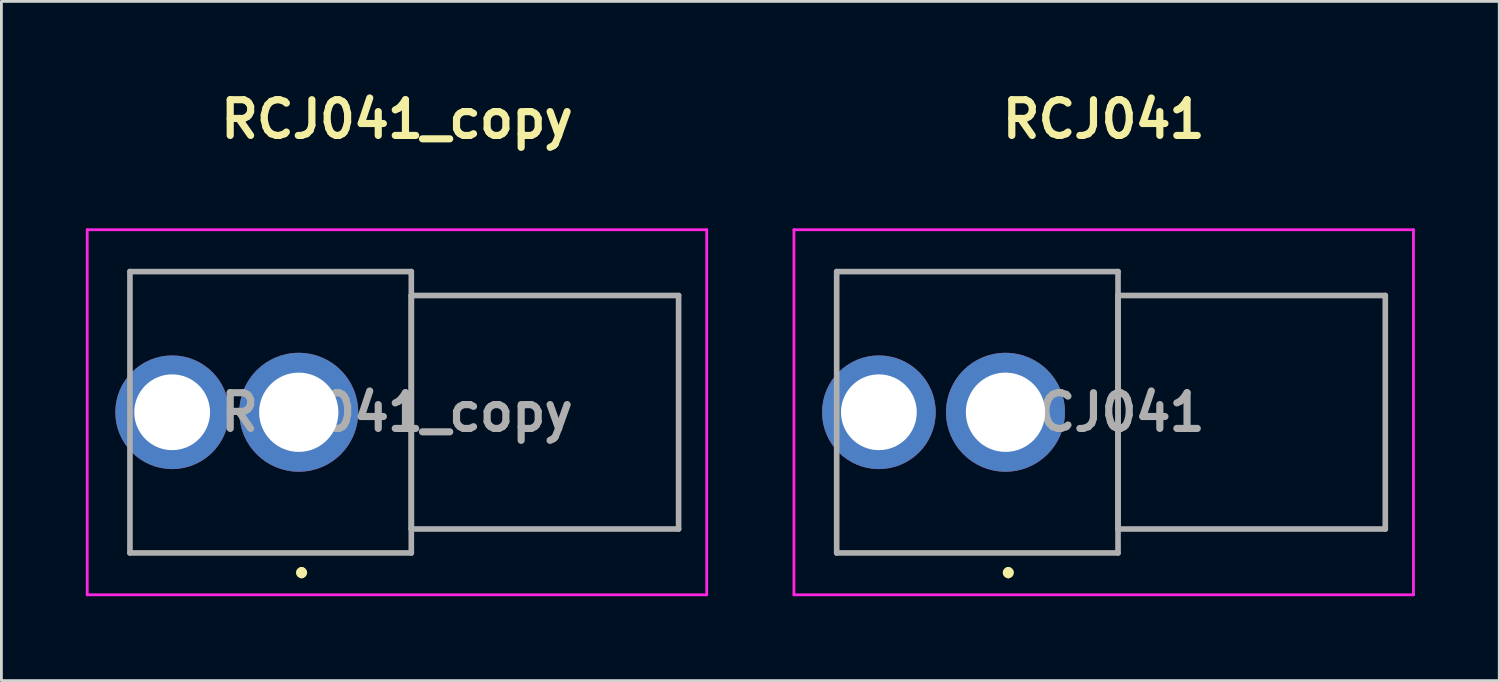
<source format=kicad_pcb>
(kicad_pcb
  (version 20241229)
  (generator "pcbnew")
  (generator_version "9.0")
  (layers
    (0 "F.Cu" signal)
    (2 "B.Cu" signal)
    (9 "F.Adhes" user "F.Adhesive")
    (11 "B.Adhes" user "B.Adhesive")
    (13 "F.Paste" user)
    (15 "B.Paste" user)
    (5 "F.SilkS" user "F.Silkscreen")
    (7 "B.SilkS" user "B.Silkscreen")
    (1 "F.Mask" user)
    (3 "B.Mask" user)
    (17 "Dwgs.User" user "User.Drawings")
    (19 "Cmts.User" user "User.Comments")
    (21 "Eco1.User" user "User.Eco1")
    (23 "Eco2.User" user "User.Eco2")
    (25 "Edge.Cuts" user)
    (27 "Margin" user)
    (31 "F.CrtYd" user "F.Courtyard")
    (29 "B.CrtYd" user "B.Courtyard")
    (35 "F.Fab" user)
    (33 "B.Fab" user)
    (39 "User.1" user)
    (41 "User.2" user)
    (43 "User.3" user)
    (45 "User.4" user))
  (footprint "RCJ041"
    (layer "F.Cu")
    (at 32.688 11.603)
    (property "Reference" "RCJ041" (at 3.49 -10.414 0) (layer "F.SilkS") (effects (font (size 1.27 1.27) (thickness 0.254))))
    (attr through_hole)
    (fp_line (start -6 -5) (end 1.5 -5) (stroke (width 0.1) (type solid)) (layer "F.SilkS"))
    (fp_line (start -6 -2.5) (end -6 -5) (stroke (width 0.1) (type solid)) (layer "F.SilkS"))
    (fp_line (start -6 2.5) (end -6 5) (stroke (width 0.1) (type solid)) (layer "F.SilkS"))
    (fp_line (start -6 5) (end 1.5 5) (stroke (width 0.1) (type solid)) (layer "F.SilkS"))
    (fp_line (start 0.1 5.6) (end 0.1 5.6) (stroke (width 0.2) (type solid)) (layer "F.SilkS"))
    (fp_line (start 0.1 5.8) (end 0.1 5.8) (stroke (width 0.2) (type solid)) (layer "F.SilkS"))
    (fp_line (start 4 2) (end 4 -2) (stroke (width 0.1) (type solid)) (layer "F.SilkS"))
    (fp_arc (start 0.1 5.6) (mid 0.2 5.7) (end 0.1 5.8) (stroke (width 0.2) (type solid)) (layer "F.SilkS"))
    (fp_arc (start 0.1 5.8) (mid 0 5.7) (end 0.1 5.6) (stroke (width 0.2) (type solid)) (layer "F.SilkS"))
    (fp_line (start -7.519 -6.488) (end 14.5 -6.488) (stroke (width 0.1) (type solid)) (layer "F.CrtYd"))
    (fp_line (start -7.519 6.488) (end -7.519 -6.488) (stroke (width 0.1) (type solid)) (layer "F.CrtYd"))
    (fp_line (start 14.5 -6.488) (end 14.5 6.488) (stroke (width 0.1) (type solid)) (layer "F.CrtYd"))
    (fp_line (start 14.5 6.488) (end -7.519 6.488) (stroke (width 0.1) (type solid)) (layer "F.CrtYd"))
    (fp_line (start -6 -5) (end 4 -5) (stroke (width 0.2) (type solid)) (layer "F.Fab"))
    (fp_line (start -6 5) (end -6 -5) (stroke (width 0.2) (type solid)) (layer "F.Fab"))
    (fp_line (start 4 -5) (end 4 5) (stroke (width 0.2) (type solid)) (layer "F.Fab"))
    (fp_line (start 4 -4.15) (end 4 4.15) (stroke (width 0.2) (type solid)) (layer "F.Fab"))
    (fp_line (start 4 4.15) (end 13.5 4.15) (stroke (width 0.2) (type solid)) (layer "F.Fab"))
    (fp_line (start 4 5) (end -6 5) (stroke (width 0.2) (type solid)) (layer "F.Fab"))
    (fp_line (start 13.5 -4.15) (end 4 -4.15) (stroke (width 0.2) (type solid)) (layer "F.Fab"))
    (fp_line (start 13.5 4.15) (end 13.5 -4.15) (stroke (width 0.2) (type solid)) (layer "F.Fab"))
    (fp_text user "${REFERENCE}" (at 3.49 0 0) (layer "F.Fab") (effects (font (size 1.27 1.27) (thickness 0.254))))
    (pad "" np_thru_hole circle (at 3.15 -4.25) (size 0.001 0.001) (drill 2.476) (layers "*.Cu" "*.Mask"))
    (pad "" np_thru_hole circle (at 3.15 4.25) (size 0.001 0.001) (drill 2.476) (layers "*.Cu" "*.Mask"))
    (pad "1" thru_hole circle (at 0 0) (size 4.227 4.227) (drill 2.818) (layers "*.Cu" "*.Mask"))
    (pad "2" thru_hole circle (at -4.5 0) (size 4.039 4.039) (drill 2.693) (layers "*.Cu" "*.Mask")))
  (footprint "RCJ041_copy"
    (layer "F.Cu")
    (at 7.569 11.603)
    (property "Reference" "RCJ041_copy" (at 3.49 -10.414 0) (layer "F.SilkS") (effects (font (size 1.27 1.27) (thickness 0.254))))
    (attr through_hole)
    (fp_line (start -6 -5) (end 1.5 -5) (stroke (width 0.1) (type solid)) (layer "F.SilkS"))
    (fp_line (start -6 -2.5) (end -6 -5) (stroke (width 0.1) (type solid)) (layer "F.SilkS"))
    (fp_line (start -6 2.5) (end -6 5) (stroke (width 0.1) (type solid)) (layer "F.SilkS"))
    (fp_line (start -6 5) (end 1.5 5) (stroke (width 0.1) (type solid)) (layer "F.SilkS"))
    (fp_line (start 0.1 5.6) (end 0.1 5.6) (stroke (width 0.2) (type solid)) (layer "F.SilkS"))
    (fp_line (start 0.1 5.8) (end 0.1 5.8) (stroke (width 0.2) (type solid)) (layer "F.SilkS"))
    (fp_line (start 4 2) (end 4 -2) (stroke (width 0.1) (type solid)) (layer "F.SilkS"))
    (fp_arc (start 0.1 5.6) (mid 0.2 5.7) (end 0.1 5.8) (stroke (width 0.2) (type solid)) (layer "F.SilkS"))
    (fp_arc (start 0.1 5.8) (mid 0 5.7) (end 0.1 5.6) (stroke (width 0.2) (type solid)) (layer "F.SilkS"))
    (fp_line (start -7.519 -6.488) (end 14.5 -6.488) (stroke (width 0.1) (type solid)) (layer "F.CrtYd"))
    (fp_line (start -7.519 6.488) (end -7.519 -6.488) (stroke (width 0.1) (type solid)) (layer "F.CrtYd"))
    (fp_line (start 14.5 -6.488) (end 14.5 6.488) (stroke (width 0.1) (type solid)) (layer "F.CrtYd"))
    (fp_line (start 14.5 6.488) (end -7.519 6.488) (stroke (width 0.1) (type solid)) (layer "F.CrtYd"))
    (fp_line (start -6 -5) (end 4 -5) (stroke (width 0.2) (type solid)) (layer "F.Fab"))
    (fp_line (start -6 5) (end -6 -5) (stroke (width 0.2) (type solid)) (layer "F.Fab"))
    (fp_line (start 4 -5) (end 4 5) (stroke (width 0.2) (type solid)) (layer "F.Fab"))
    (fp_line (start 4 -4.15) (end 4 4.15) (stroke (width 0.2) (type solid)) (layer "F.Fab"))
    (fp_line (start 4 4.15) (end 13.5 4.15) (stroke (width 0.2) (type solid)) (layer "F.Fab"))
    (fp_line (start 4 5) (end -6 5) (stroke (width 0.2) (type solid)) (layer "F.Fab"))
    (fp_line (start 13.5 -4.15) (end 4 -4.15) (stroke (width 0.2) (type solid)) (layer "F.Fab"))
    (fp_line (start 13.5 4.15) (end 13.5 -4.15) (stroke (width 0.2) (type solid)) (layer "F.Fab"))
    (fp_text user "${REFERENCE}" (at 3.49 0 0) (layer "F.Fab") (effects (font (size 1.27 1.27) (thickness 0.254))))
    (pad "" np_thru_hole circle (at 3.15 -4.25) (size 0.001 0.001) (drill 2.476) (layers "*.Cu" "*.Mask"))
    (pad "" np_thru_hole circle (at 3.15 4.25) (size 0.001 0.001) (drill 2.476) (layers "*.Cu" "*.Mask"))
    (pad "S" thru_hole circle (at 0 0) (size 4.227 4.227) (drill 2.818) (layers "*.Cu" "*.Mask"))
    (pad "T" thru_hole circle (at -4.5 0) (size 4.039 4.039) (drill 2.693) (layers "*.Cu" "*.Mask")))
  (gr_rect
    (start -3 -3)
    (end 50.238 21.141)
    (stroke (width 0.1) (type default))
    (fill no)
    (layer "Edge.Cuts")))
</source>
